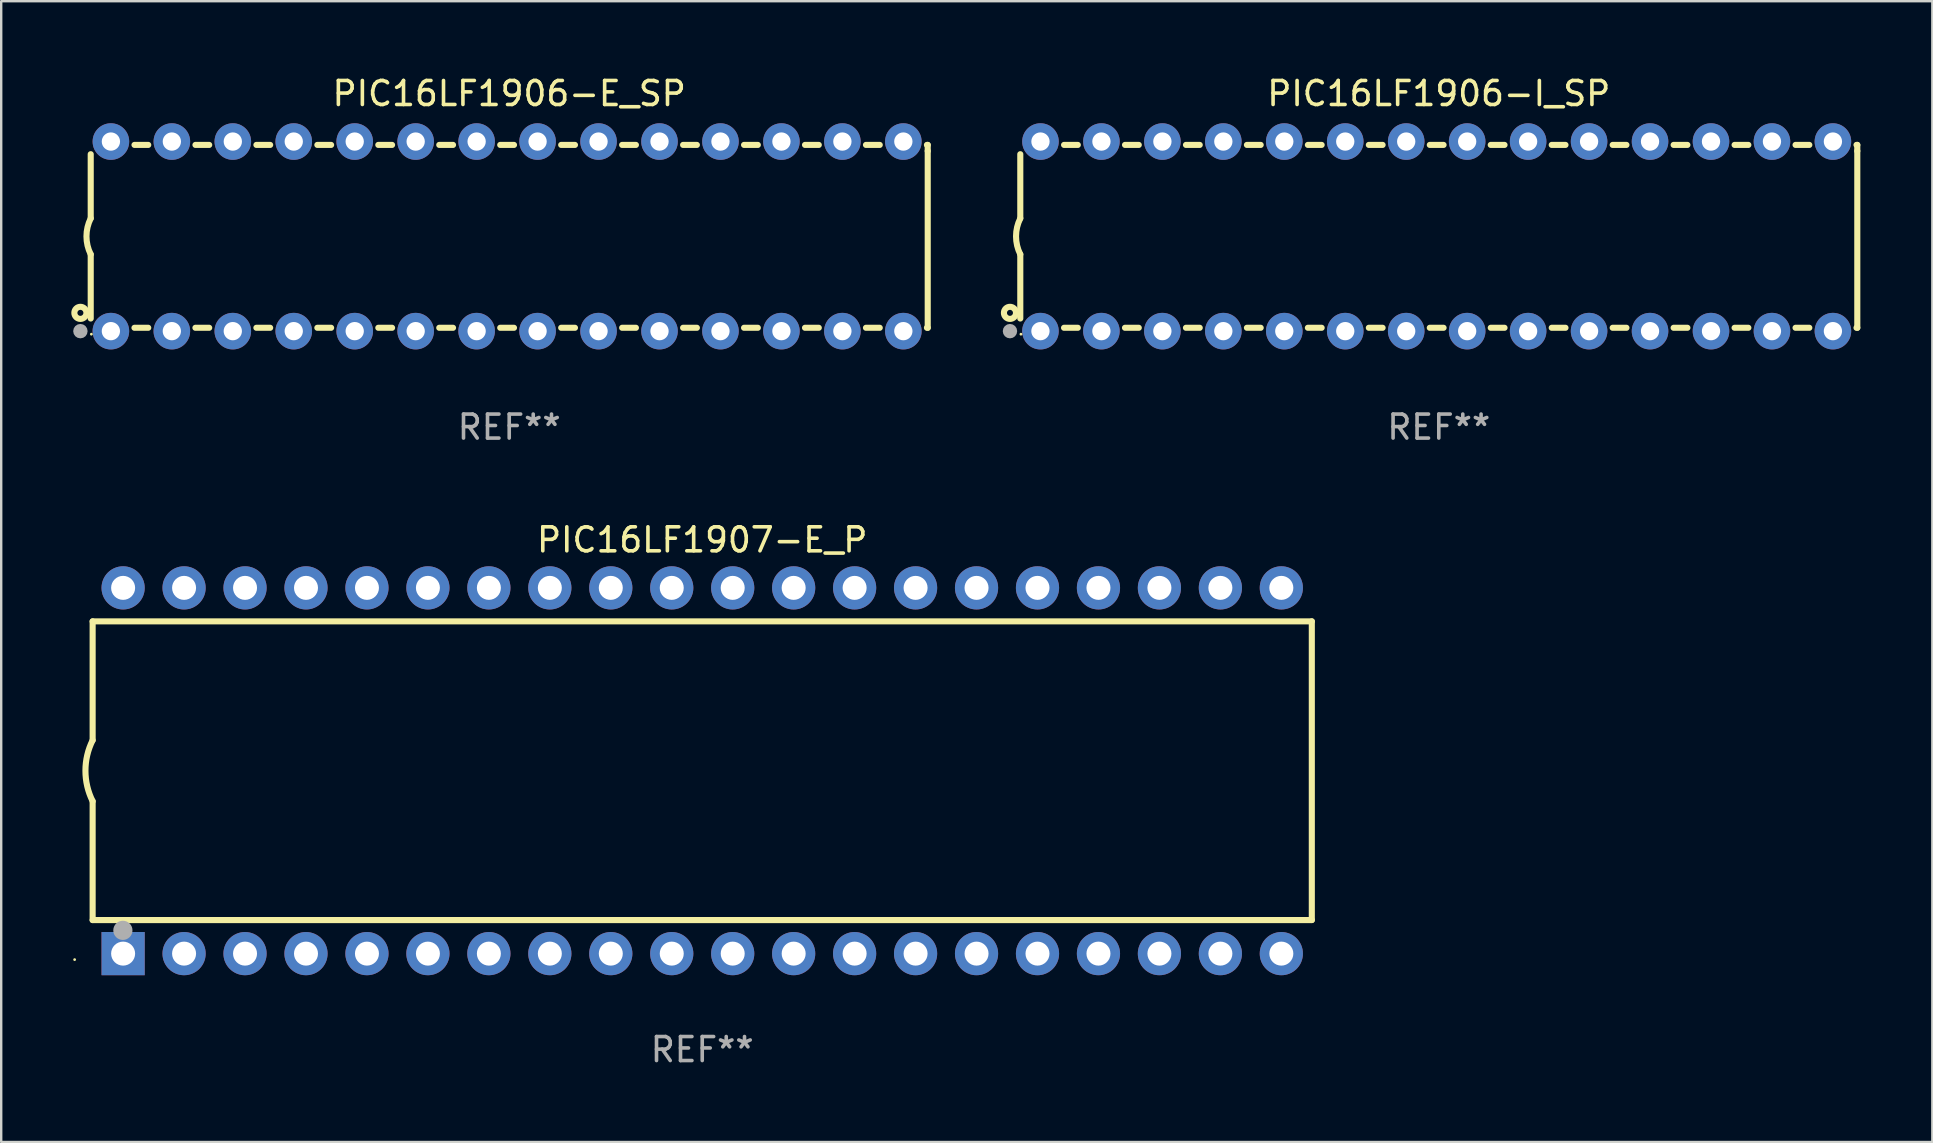
<source format=kicad_pcb>
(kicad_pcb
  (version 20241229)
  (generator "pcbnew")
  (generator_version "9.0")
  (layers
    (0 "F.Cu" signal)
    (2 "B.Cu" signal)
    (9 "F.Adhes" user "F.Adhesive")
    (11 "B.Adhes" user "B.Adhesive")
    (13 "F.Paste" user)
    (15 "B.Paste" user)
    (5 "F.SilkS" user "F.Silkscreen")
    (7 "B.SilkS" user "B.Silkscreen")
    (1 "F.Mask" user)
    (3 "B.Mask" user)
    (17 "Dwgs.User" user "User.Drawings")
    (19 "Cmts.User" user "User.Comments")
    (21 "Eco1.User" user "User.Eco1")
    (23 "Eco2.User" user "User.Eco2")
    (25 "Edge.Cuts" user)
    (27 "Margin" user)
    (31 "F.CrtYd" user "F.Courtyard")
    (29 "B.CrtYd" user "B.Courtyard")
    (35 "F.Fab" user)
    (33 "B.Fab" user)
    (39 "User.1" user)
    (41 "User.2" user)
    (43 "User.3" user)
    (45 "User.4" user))
  (footprint "PIC16LF1906-E_SP"
    (layer "F.Cu")
    (at 18.168 6.798)
    (property "Reference" "PIC16LF1906-E_SP" (at 0 -5.95 0) (layer "F.SilkS") (effects (font (size 1 1) (thickness 0.15))))
    (attr through_hole)
    (fp_line (start -17.438 0.75) (end -17.438 3.423) (stroke (width 0.254) (type solid)) (layer "F.SilkS"))
    (fp_line (start -17.438 -3.423) (end -17.438 -0.75) (stroke (width 0.254) (type solid)) (layer "F.SilkS"))
    (fp_line (start -15.615 3.81) (end -15.041 3.81) (stroke (width 0.254) (type solid)) (layer "F.SilkS"))
    (fp_line (start -15.041 -3.81) (end -15.614 -3.81) (stroke (width 0.254) (type solid)) (layer "F.SilkS"))
    (fp_line (start -13.075 3.81) (end -12.501 3.81) (stroke (width 0.254) (type solid)) (layer "F.SilkS"))
    (fp_line (start -12.501 -3.81) (end -13.074 -3.81) (stroke (width 0.254) (type solid)) (layer "F.SilkS"))
    (fp_line (start -10.535 3.81) (end -9.961 3.81) (stroke (width 0.254) (type solid)) (layer "F.SilkS"))
    (fp_line (start -9.961 -3.81) (end -10.534 -3.81) (stroke (width 0.254) (type solid)) (layer "F.SilkS"))
    (fp_line (start -7.995 3.81) (end -7.421 3.81) (stroke (width 0.254) (type solid)) (layer "F.SilkS"))
    (fp_line (start -7.421 -3.81) (end -7.995 -3.81) (stroke (width 0.254) (type solid)) (layer "F.SilkS"))
    (fp_line (start -5.455 3.81) (end -4.881 3.81) (stroke (width 0.254) (type solid)) (layer "F.SilkS"))
    (fp_line (start -4.881 -3.81) (end -5.455 -3.81) (stroke (width 0.254) (type solid)) (layer "F.SilkS"))
    (fp_line (start -2.915 3.81) (end -2.341 3.81) (stroke (width 0.254) (type solid)) (layer "F.SilkS"))
    (fp_line (start -2.341 -3.81) (end -2.915 -3.81) (stroke (width 0.254) (type solid)) (layer "F.SilkS"))
    (fp_line (start -0.375 3.81) (end 0.199 3.81) (stroke (width 0.254) (type solid)) (layer "F.SilkS"))
    (fp_line (start 0.199 -3.81) (end -0.375 -3.81) (stroke (width 0.254) (type solid)) (layer "F.SilkS"))
    (fp_line (start 2.165 3.81) (end 2.739 3.81) (stroke (width 0.254) (type solid)) (layer "F.SilkS"))
    (fp_line (start 2.739 -3.81) (end 2.165 -3.81) (stroke (width 0.254) (type solid)) (layer "F.SilkS"))
    (fp_line (start 4.705 3.81) (end 5.279 3.81) (stroke (width 0.254) (type solid)) (layer "F.SilkS"))
    (fp_line (start 5.279 -3.81) (end 4.705 -3.81) (stroke (width 0.254) (type solid)) (layer "F.SilkS"))
    (fp_line (start 7.245 3.81) (end 7.819 3.81) (stroke (width 0.254) (type solid)) (layer "F.SilkS"))
    (fp_line (start 7.819 -3.81) (end 7.245 -3.81) (stroke (width 0.254) (type solid)) (layer "F.SilkS"))
    (fp_line (start 9.785 3.81) (end 10.359 3.81) (stroke (width 0.254) (type solid)) (layer "F.SilkS"))
    (fp_line (start 10.359 -3.81) (end 9.785 -3.81) (stroke (width 0.254) (type solid)) (layer "F.SilkS"))
    (fp_line (start 12.325 3.81) (end 12.899 3.81) (stroke (width 0.254) (type solid)) (layer "F.SilkS"))
    (fp_line (start 12.899 -3.81) (end 12.325 -3.81) (stroke (width 0.254) (type solid)) (layer "F.SilkS"))
    (fp_line (start 14.865 3.81) (end 15.439 3.81) (stroke (width 0.254) (type solid)) (layer "F.SilkS"))
    (fp_line (start 15.439 -3.81) (end 14.865 -3.81) (stroke (width 0.254) (type solid)) (layer "F.SilkS"))
    (fp_line (start 17.405 3.81) (end 17.438 3.81) (stroke (width 0.254) (type solid)) (layer "F.SilkS"))
    (fp_line (start 17.438 -3.81) (end 17.405 -3.81) (stroke (width 0.254) (type solid)) (layer "F.SilkS"))
    (fp_line (start 17.438 -3.556) (end 17.438 -3.81) (stroke (width 0.254) (type solid)) (layer "F.SilkS"))
    (fp_line (start 17.438 3.81) (end 17.438 -3.556) (stroke (width 0.254) (type solid)) (layer "F.SilkS"))
    (fp_arc (start -17.437986 0.749657) (mid -17.614887 -0.000024) (end -17.437783 -0.749657) (stroke (width 0.254001) (type solid)) (layer "F.SilkS"))
    (fp_circle (center -17.868 3.188) (end -17.743 3.188) (stroke (width 0.254) (type solid)) (fill no) (layer "F.SilkS"))
    (fp_circle (center -17.411 4.077) (end -17.381 4.077) (stroke (width 0.06) (type solid)) (fill no) (layer "F.SilkS"))
    (fp_circle (center -17.868 3.95) (end -17.718 3.95) (stroke (width 0.3) (type solid)) (fill no) (layer "F.Fab"))
    (fp_text user "REF**" (at 0 7.95 0) (layer "F.Fab") (effects (font (size 1 1) (thickness 0.15))))
    (pad "1" thru_hole circle (at -16.598 3.95) (size 1.524 1.524) (drill 0.762) (layers "*.Cu" "*.Mask"))
    (pad "2" thru_hole circle (at -14.058 3.95) (size 1.524 1.524) (drill 0.762) (layers "*.Cu" "*.Mask"))
    (pad "3" thru_hole circle (at -11.518 3.95) (size 1.524 1.524) (drill 0.762) (layers "*.Cu" "*.Mask"))
    (pad "4" thru_hole circle (at -8.978 3.95) (size 1.524 1.524) (drill 0.762) (layers "*.Cu" "*.Mask"))
    (pad "5" thru_hole circle (at -6.438 3.95) (size 1.524 1.524) (drill 0.762) (layers "*.Cu" "*.Mask"))
    (pad "6" thru_hole circle (at -3.898 3.95) (size 1.524 1.524) (drill 0.762) (layers "*.Cu" "*.Mask"))
    (pad "7" thru_hole circle (at -1.358 3.95) (size 1.524 1.524) (drill 0.762) (layers "*.Cu" "*.Mask"))
    (pad "8" thru_hole circle (at 1.182 3.95) (size 1.524 1.524) (drill 0.762) (layers "*.Cu" "*.Mask"))
    (pad "9" thru_hole circle (at 3.722 3.95) (size 1.524 1.524) (drill 0.762) (layers "*.Cu" "*.Mask"))
    (pad "10" thru_hole circle (at 6.262 3.95) (size 1.524 1.524) (drill 0.762) (layers "*.Cu" "*.Mask"))
    (pad "11" thru_hole circle (at 8.802 3.95) (size 1.524 1.524) (drill 0.762) (layers "*.Cu" "*.Mask"))
    (pad "12" thru_hole circle (at 11.342 3.95) (size 1.524 1.524) (drill 0.762) (layers "*.Cu" "*.Mask"))
    (pad "13" thru_hole circle (at 13.882 3.95) (size 1.524 1.524) (drill 0.762) (layers "*.Cu" "*.Mask"))
    (pad "14" thru_hole circle (at 16.422 3.95) (size 1.524 1.524) (drill 0.762) (layers "*.Cu" "*.Mask"))
    (pad "15" thru_hole circle (at 16.422 -3.95) (size 1.524 1.524) (drill 0.762) (layers "*.Cu" "*.Mask"))
    (pad "16" thru_hole circle (at 13.882 -3.95) (size 1.524 1.524) (drill 0.762) (layers "*.Cu" "*.Mask"))
    (pad "17" thru_hole circle (at 11.342 -3.95) (size 1.524 1.524) (drill 0.762) (layers "*.Cu" "*.Mask"))
    (pad "18" thru_hole circle (at 8.802 -3.95) (size 1.524 1.524) (drill 0.762) (layers "*.Cu" "*.Mask"))
    (pad "19" thru_hole circle (at 6.262 -3.95) (size 1.524 1.524) (drill 0.762) (layers "*.Cu" "*.Mask"))
    (pad "20" thru_hole circle (at 3.722 -3.95) (size 1.524 1.524) (drill 0.762) (layers "*.Cu" "*.Mask"))
    (pad "21" thru_hole circle (at 1.182 -3.95) (size 1.524 1.524) (drill 0.762) (layers "*.Cu" "*.Mask"))
    (pad "22" thru_hole circle (at -1.358 -3.95) (size 1.524 1.524) (drill 0.762) (layers "*.Cu" "*.Mask"))
    (pad "23" thru_hole circle (at -3.898 -3.95) (size 1.524 1.524) (drill 0.762) (layers "*.Cu" "*.Mask"))
    (pad "24" thru_hole circle (at -6.438 -3.95) (size 1.524 1.524) (drill 0.762) (layers "*.Cu" "*.Mask"))
    (pad "25" thru_hole circle (at -8.978 -3.95) (size 1.524 1.524) (drill 0.762) (layers "*.Cu" "*.Mask"))
    (pad "26" thru_hole circle (at -11.517 -3.95) (size 1.524 1.524) (drill 0.762) (layers "*.Cu" "*.Mask"))
    (pad "27" thru_hole circle (at -14.057 -3.95) (size 1.524 1.524) (drill 0.762) (layers "*.Cu" "*.Mask"))
    (pad "28" thru_hole circle (at -16.597 -3.95) (size 1.524 1.524) (drill 0.762) (layers "*.Cu" "*.Mask")))
  (footprint "PIC16LF1907-E_P"
    (layer "F.Cu")
    (at 26.21 29.065)
    (property "Reference" "PIC16LF1907-E_P" (at 0 -9.62 0) (layer "F.SilkS") (effects (font (size 1 1) (thickness 0.15))))
    (attr through_hole)
    (fp_line (start -25.4 -6.224) (end -25.4 -1.271) (stroke (width 0.254) (type solid)) (layer "F.SilkS"))
    (fp_line (start -25.4 -6.224) (end 25.4 -6.224) (stroke (width 0.254) (type solid)) (layer "F.SilkS"))
    (fp_line (start -25.4 1.269) (end -25.4 6.222) (stroke (width 0.254) (type solid)) (layer "F.SilkS"))
    (fp_line (start -25.4 6.222) (end 25.4 6.222) (stroke (width 0.254) (type solid)) (layer "F.SilkS"))
    (fp_line (start 25.4 6.222) (end 25.4 -6.224) (stroke (width 0.254) (type solid)) (layer "F.SilkS"))
    (fp_arc (start -25.4 1.269241) (mid -25.699807 -0.000762) (end -25.4 -1.270765) (stroke (width 0.254001) (type solid)) (layer "F.SilkS"))
    (fp_circle (center -26.15 7.87) (end -26.12 7.87) (stroke (width 0.06) (type solid)) (fill no) (layer "F.SilkS"))
    (fp_circle (center -24.14 6.65) (end -23.94 6.65) (stroke (width 0.4) (type solid)) (fill no) (layer "F.Fab"))
    (fp_text user "REF**" (at 0 11.62 0) (layer "F.Fab") (effects (font (size 1 1) (thickness 0.15))))
    (pad "1" thru_hole rect (at -24.13 7.62 90) (size 1.8 1.8) (drill 1) (layers "*.Cu" "*.Mask"))
    (pad "2" thru_hole circle (at -21.59 7.62) (size 1.8 1.8) (drill 1) (layers "*.Cu" "*.Mask"))
    (pad "3" thru_hole circle (at -19.05 7.62) (size 1.8 1.8) (drill 1) (layers "*.Cu" "*.Mask"))
    (pad "4" thru_hole circle (at -16.51 7.62) (size 1.8 1.8) (drill 1) (layers "*.Cu" "*.Mask"))
    (pad "5" thru_hole circle (at -13.97 7.62) (size 1.8 1.8) (drill 1) (layers "*.Cu" "*.Mask"))
    (pad "6" thru_hole circle (at -11.43 7.62) (size 1.8 1.8) (drill 1) (layers "*.Cu" "*.Mask"))
    (pad "7" thru_hole circle (at -8.89 7.62) (size 1.8 1.8) (drill 1) (layers "*.Cu" "*.Mask"))
    (pad "8" thru_hole circle (at -6.35 7.62) (size 1.8 1.8) (drill 1) (layers "*.Cu" "*.Mask"))
    (pad "9" thru_hole circle (at -3.81 7.62) (size 1.8 1.8) (drill 1) (layers "*.Cu" "*.Mask"))
    (pad "10" thru_hole circle (at -1.27 7.62) (size 1.8 1.8) (drill 1) (layers "*.Cu" "*.Mask"))
    (pad "11" thru_hole circle (at 1.27 7.62) (size 1.8 1.8) (drill 1) (layers "*.Cu" "*.Mask"))
    (pad "12" thru_hole circle (at 3.81 7.62) (size 1.8 1.8) (drill 1) (layers "*.Cu" "*.Mask"))
    (pad "13" thru_hole circle (at 6.35 7.62) (size 1.8 1.8) (drill 1) (layers "*.Cu" "*.Mask"))
    (pad "14" thru_hole circle (at 8.89 7.62) (size 1.8 1.8) (drill 1) (layers "*.Cu" "*.Mask"))
    (pad "15" thru_hole circle (at 11.43 7.62) (size 1.8 1.8) (drill 1) (layers "*.Cu" "*.Mask"))
    (pad "16" thru_hole circle (at 13.97 7.62) (size 1.8 1.8) (drill 1) (layers "*.Cu" "*.Mask"))
    (pad "17" thru_hole circle (at 16.51 7.62) (size 1.8 1.8) (drill 1) (layers "*.Cu" "*.Mask"))
    (pad "18" thru_hole circle (at 19.05 7.62) (size 1.8 1.8) (drill 1) (layers "*.Cu" "*.Mask"))
    (pad "19" thru_hole circle (at 21.59 7.62) (size 1.8 1.8) (drill 1) (layers "*.Cu" "*.Mask"))
    (pad "20" thru_hole circle (at 24.13 7.62) (size 1.8 1.8) (drill 1) (layers "*.Cu" "*.Mask"))
    (pad "21" thru_hole circle (at 24.13 -7.62) (size 1.8 1.8) (drill 1) (layers "*.Cu" "*.Mask"))
    (pad "22" thru_hole circle (at 21.59 -7.62) (size 1.8 1.8) (drill 1) (layers "*.Cu" "*.Mask"))
    (pad "23" thru_hole circle (at 19.05 -7.62) (size 1.8 1.8) (drill 1) (layers "*.Cu" "*.Mask"))
    (pad "24" thru_hole circle (at 16.51 -7.62) (size 1.8 1.8) (drill 1) (layers "*.Cu" "*.Mask"))
    (pad "25" thru_hole circle (at 13.97 -7.62) (size 1.8 1.8) (drill 1) (layers "*.Cu" "*.Mask"))
    (pad "26" thru_hole circle (at 11.43 -7.62) (size 1.8 1.8) (drill 1) (layers "*.Cu" "*.Mask"))
    (pad "27" thru_hole circle (at 8.89 -7.62) (size 1.8 1.8) (drill 1) (layers "*.Cu" "*.Mask"))
    (pad "28" thru_hole circle (at 6.35 -7.62) (size 1.8 1.8) (drill 1) (layers "*.Cu" "*.Mask"))
    (pad "29" thru_hole circle (at 3.81 -7.62) (size 1.8 1.8) (drill 1) (layers "*.Cu" "*.Mask"))
    (pad "30" thru_hole circle (at 1.27 -7.62) (size 1.8 1.8) (drill 1) (layers "*.Cu" "*.Mask"))
    (pad "31" thru_hole circle (at -1.27 -7.62) (size 1.8 1.8) (drill 1) (layers "*.Cu" "*.Mask"))
    (pad "32" thru_hole circle (at -3.81 -7.62) (size 1.8 1.8) (drill 1) (layers "*.Cu" "*.Mask"))
    (pad "33" thru_hole circle (at -6.35 -7.62) (size 1.8 1.8) (drill 1) (layers "*.Cu" "*.Mask"))
    (pad "34" thru_hole circle (at -8.89 -7.62) (size 1.8 1.8) (drill 1) (layers "*.Cu" "*.Mask"))
    (pad "35" thru_hole circle (at -11.43 -7.62) (size 1.8 1.8) (drill 1) (layers "*.Cu" "*.Mask"))
    (pad "36" thru_hole circle (at -13.97 -7.62) (size 1.8 1.8) (drill 1) (layers "*.Cu" "*.Mask"))
    (pad "37" thru_hole circle (at -16.51 -7.62) (size 1.8 1.8) (drill 1) (layers "*.Cu" "*.Mask"))
    (pad "38" thru_hole circle (at -19.05 -7.62) (size 1.8 1.8) (drill 1) (layers "*.Cu" "*.Mask"))
    (pad "39" thru_hole circle (at -21.59 -7.62) (size 1.8 1.8) (drill 1) (layers "*.Cu" "*.Mask"))
    (pad "40" thru_hole circle (at -24.13 -7.62) (size 1.8 1.8) (drill 1) (layers "*.Cu" "*.Mask")))
  (footprint "PIC16LF1906-I_SP"
    (layer "F.Cu")
    (at 56.901 6.798)
    (property "Reference" "PIC16LF1906-I_SP" (at 0 -5.95 0) (layer "F.SilkS") (effects (font (size 1 1) (thickness 0.15))))
    (attr through_hole)
    (fp_line (start -17.438 0.75) (end -17.438 3.423) (stroke (width 0.254) (type solid)) (layer "F.SilkS"))
    (fp_line (start -17.438 -3.423) (end -17.438 -0.75) (stroke (width 0.254) (type solid)) (layer "F.SilkS"))
    (fp_line (start -15.615 3.81) (end -15.041 3.81) (stroke (width 0.254) (type solid)) (layer "F.SilkS"))
    (fp_line (start -15.041 -3.81) (end -15.614 -3.81) (stroke (width 0.254) (type solid)) (layer "F.SilkS"))
    (fp_line (start -13.075 3.81) (end -12.501 3.81) (stroke (width 0.254) (type solid)) (layer "F.SilkS"))
    (fp_line (start -12.501 -3.81) (end -13.074 -3.81) (stroke (width 0.254) (type solid)) (layer "F.SilkS"))
    (fp_line (start -10.535 3.81) (end -9.961 3.81) (stroke (width 0.254) (type solid)) (layer "F.SilkS"))
    (fp_line (start -9.961 -3.81) (end -10.534 -3.81) (stroke (width 0.254) (type solid)) (layer "F.SilkS"))
    (fp_line (start -7.995 3.81) (end -7.421 3.81) (stroke (width 0.254) (type solid)) (layer "F.SilkS"))
    (fp_line (start -7.421 -3.81) (end -7.995 -3.81) (stroke (width 0.254) (type solid)) (layer "F.SilkS"))
    (fp_line (start -5.455 3.81) (end -4.881 3.81) (stroke (width 0.254) (type solid)) (layer "F.SilkS"))
    (fp_line (start -4.881 -3.81) (end -5.455 -3.81) (stroke (width 0.254) (type solid)) (layer "F.SilkS"))
    (fp_line (start -2.915 3.81) (end -2.341 3.81) (stroke (width 0.254) (type solid)) (layer "F.SilkS"))
    (fp_line (start -2.341 -3.81) (end -2.915 -3.81) (stroke (width 0.254) (type solid)) (layer "F.SilkS"))
    (fp_line (start -0.375 3.81) (end 0.199 3.81) (stroke (width 0.254) (type solid)) (layer "F.SilkS"))
    (fp_line (start 0.199 -3.81) (end -0.375 -3.81) (stroke (width 0.254) (type solid)) (layer "F.SilkS"))
    (fp_line (start 2.165 3.81) (end 2.739 3.81) (stroke (width 0.254) (type solid)) (layer "F.SilkS"))
    (fp_line (start 2.739 -3.81) (end 2.165 -3.81) (stroke (width 0.254) (type solid)) (layer "F.SilkS"))
    (fp_line (start 4.705 3.81) (end 5.279 3.81) (stroke (width 0.254) (type solid)) (layer "F.SilkS"))
    (fp_line (start 5.279 -3.81) (end 4.705 -3.81) (stroke (width 0.254) (type solid)) (layer "F.SilkS"))
    (fp_line (start 7.245 3.81) (end 7.819 3.81) (stroke (width 0.254) (type solid)) (layer "F.SilkS"))
    (fp_line (start 7.819 -3.81) (end 7.245 -3.81) (stroke (width 0.254) (type solid)) (layer "F.SilkS"))
    (fp_line (start 9.785 3.81) (end 10.359 3.81) (stroke (width 0.254) (type solid)) (layer "F.SilkS"))
    (fp_line (start 10.359 -3.81) (end 9.785 -3.81) (stroke (width 0.254) (type solid)) (layer "F.SilkS"))
    (fp_line (start 12.325 3.81) (end 12.899 3.81) (stroke (width 0.254) (type solid)) (layer "F.SilkS"))
    (fp_line (start 12.899 -3.81) (end 12.325 -3.81) (stroke (width 0.254) (type solid)) (layer "F.SilkS"))
    (fp_line (start 14.865 3.81) (end 15.439 3.81) (stroke (width 0.254) (type solid)) (layer "F.SilkS"))
    (fp_line (start 15.439 -3.81) (end 14.865 -3.81) (stroke (width 0.254) (type solid)) (layer "F.SilkS"))
    (fp_line (start 17.405 3.81) (end 17.438 3.81) (stroke (width 0.254) (type solid)) (layer "F.SilkS"))
    (fp_line (start 17.438 -3.81) (end 17.405 -3.81) (stroke (width 0.254) (type solid)) (layer "F.SilkS"))
    (fp_line (start 17.438 -3.556) (end 17.438 -3.81) (stroke (width 0.254) (type solid)) (layer "F.SilkS"))
    (fp_line (start 17.438 3.81) (end 17.438 -3.556) (stroke (width 0.254) (type solid)) (layer "F.SilkS"))
    (fp_arc (start -17.437986 0.749657) (mid -17.614887 -0.000024) (end -17.437783 -0.749657) (stroke (width 0.254001) (type solid)) (layer "F.SilkS"))
    (fp_circle (center -17.868 3.188) (end -17.743 3.188) (stroke (width 0.254) (type solid)) (fill no) (layer "F.SilkS"))
    (fp_circle (center -17.411 4.077) (end -17.381 4.077) (stroke (width 0.06) (type solid)) (fill no) (layer "F.SilkS"))
    (fp_circle (center -17.868 3.95) (end -17.718 3.95) (stroke (width 0.3) (type solid)) (fill no) (layer "F.Fab"))
    (fp_text user "REF**" (at 0 7.95 0) (layer "F.Fab") (effects (font (size 1 1) (thickness 0.15))))
    (pad "1" thru_hole circle (at -16.598 3.95) (size 1.524 1.524) (drill 0.762) (layers "*.Cu" "*.Mask"))
    (pad "2" thru_hole circle (at -14.058 3.95) (size 1.524 1.524) (drill 0.762) (layers "*.Cu" "*.Mask"))
    (pad "3" thru_hole circle (at -11.518 3.95) (size 1.524 1.524) (drill 0.762) (layers "*.Cu" "*.Mask"))
    (pad "4" thru_hole circle (at -8.978 3.95) (size 1.524 1.524) (drill 0.762) (layers "*.Cu" "*.Mask"))
    (pad "5" thru_hole circle (at -6.438 3.95) (size 1.524 1.524) (drill 0.762) (layers "*.Cu" "*.Mask"))
    (pad "6" thru_hole circle (at -3.898 3.95) (size 1.524 1.524) (drill 0.762) (layers "*.Cu" "*.Mask"))
    (pad "7" thru_hole circle (at -1.358 3.95) (size 1.524 1.524) (drill 0.762) (layers "*.Cu" "*.Mask"))
    (pad "8" thru_hole circle (at 1.182 3.95) (size 1.524 1.524) (drill 0.762) (layers "*.Cu" "*.Mask"))
    (pad "9" thru_hole circle (at 3.722 3.95) (size 1.524 1.524) (drill 0.762) (layers "*.Cu" "*.Mask"))
    (pad "10" thru_hole circle (at 6.262 3.95) (size 1.524 1.524) (drill 0.762) (layers "*.Cu" "*.Mask"))
    (pad "11" thru_hole circle (at 8.802 3.95) (size 1.524 1.524) (drill 0.762) (layers "*.Cu" "*.Mask"))
    (pad "12" thru_hole circle (at 11.342 3.95) (size 1.524 1.524) (drill 0.762) (layers "*.Cu" "*.Mask"))
    (pad "13" thru_hole circle (at 13.882 3.95) (size 1.524 1.524) (drill 0.762) (layers "*.Cu" "*.Mask"))
    (pad "14" thru_hole circle (at 16.422 3.95) (size 1.524 1.524) (drill 0.762) (layers "*.Cu" "*.Mask"))
    (pad "15" thru_hole circle (at 16.422 -3.95) (size 1.524 1.524) (drill 0.762) (layers "*.Cu" "*.Mask"))
    (pad "16" thru_hole circle (at 13.882 -3.95) (size 1.524 1.524) (drill 0.762) (layers "*.Cu" "*.Mask"))
    (pad "17" thru_hole circle (at 11.342 -3.95) (size 1.524 1.524) (drill 0.762) (layers "*.Cu" "*.Mask"))
    (pad "18" thru_hole circle (at 8.802 -3.95) (size 1.524 1.524) (drill 0.762) (layers "*.Cu" "*.Mask"))
    (pad "19" thru_hole circle (at 6.262 -3.95) (size 1.524 1.524) (drill 0.762) (layers "*.Cu" "*.Mask"))
    (pad "20" thru_hole circle (at 3.722 -3.95) (size 1.524 1.524) (drill 0.762) (layers "*.Cu" "*.Mask"))
    (pad "21" thru_hole circle (at 1.182 -3.95) (size 1.524 1.524) (drill 0.762) (layers "*.Cu" "*.Mask"))
    (pad "22" thru_hole circle (at -1.358 -3.95) (size 1.524 1.524) (drill 0.762) (layers "*.Cu" "*.Mask"))
    (pad "23" thru_hole circle (at -3.898 -3.95) (size 1.524 1.524) (drill 0.762) (layers "*.Cu" "*.Mask"))
    (pad "24" thru_hole circle (at -6.438 -3.95) (size 1.524 1.524) (drill 0.762) (layers "*.Cu" "*.Mask"))
    (pad "25" thru_hole circle (at -8.978 -3.95) (size 1.524 1.524) (drill 0.762) (layers "*.Cu" "*.Mask"))
    (pad "26" thru_hole circle (at -11.517 -3.95) (size 1.524 1.524) (drill 0.762) (layers "*.Cu" "*.Mask"))
    (pad "27" thru_hole circle (at -14.057 -3.95) (size 1.524 1.524) (drill 0.762) (layers "*.Cu" "*.Mask"))
    (pad "28" thru_hole circle (at -16.597 -3.95) (size 1.524 1.524) (drill 0.762) (layers "*.Cu" "*.Mask")))
  (gr_rect
    (start -3 -3)
    (end 77.466 44.533)
    (stroke (width 0.1) (type default))
    (fill no)
    (layer "Edge.Cuts")))
</source>
